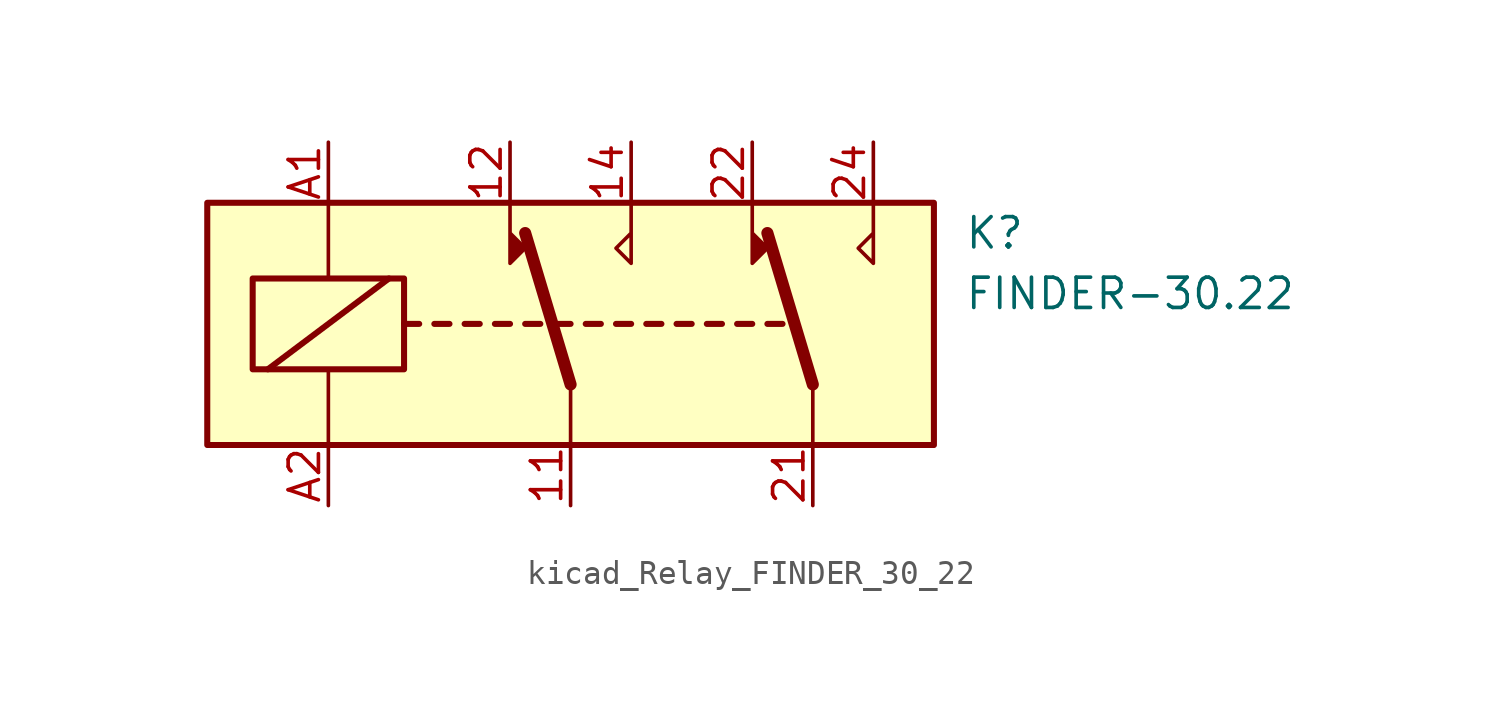
<source format=kicad_sym>
(kicad_symbol_lib
  (version 20220914)
  (generator kicad_symbol_editor)
  (symbol "kicad_Relay_FINDER_30_22"
    (property "Reference" "K"
      (at 16.51 3.81 0)
      (effects (font (size 1.27 1.27)) (justify left)))
    (property "Value" "FINDER-30.22"
      (at 16.51 1.27 0)
      (effects (font (size 1.27 1.27)) (justify left)))
    (symbol "kicad_Relay_FINDER_30_22_0_0"
      (polyline (pts (xy -2.54 5.08) (xy -2.54 2.54) (xy -1.905 3.175) (xy -2.54 3.81)) (stroke (width 0) (type default)) (fill (type outline)))
      (polyline (pts (xy 2.54 5.08) (xy 2.54 2.54) (xy 1.905 3.175) (xy 2.54 3.81)) (stroke (width 0) (type default)) (fill (type none)))
      (polyline (pts (xy 7.62 5.08) (xy 7.62 2.54) (xy 8.255 3.175) (xy 7.62 3.81)) (stroke (width 0) (type default)) (fill (type outline)))
      (polyline (pts (xy 12.7 5.08) (xy 12.7 2.54) (xy 12.065 3.175) (xy 12.7 3.81)) (stroke (width 0) (type default)) (fill (type none))))
    (symbol "kicad_Relay_FINDER_30_22_0_1"
      (rectangle (start -15.24 5.08) (end 15.24 -5.08) (stroke (width 0.254) (type default)) (fill (type background)))
      (rectangle (start -13.335 1.905) (end -6.985 -1.905) (stroke (width 0.254) (type default)) (fill (type none)))
      (polyline (pts (xy -12.7 -1.905) (xy -7.62 1.905)) (stroke (width 0.254) (type default)) (fill (type none)))
      (polyline (pts (xy -10.16 -5.08) (xy -10.16 -1.905)) (stroke (width 0) (type default)) (fill (type none)))
      (polyline (pts (xy -10.16 5.08) (xy -10.16 1.905)) (stroke (width 0) (type default)) (fill (type none)))
      (polyline (pts (xy -6.985 0) (xy -6.35 0)) (stroke (width 0.254) (type default)) (fill (type none)))
      (polyline (pts (xy -5.715 0) (xy -5.08 0)) (stroke (width 0.254) (type default)) (fill (type none)))
      (polyline (pts (xy -4.445 0) (xy -3.81 0)) (stroke (width 0.254) (type default)) (fill (type none)))
      (polyline (pts (xy -3.175 0) (xy -2.54 0)) (stroke (width 0.254) (type default)) (fill (type none)))
      (polyline (pts (xy -1.905 0) (xy -1.27 0)) (stroke (width 0.254) (type default)) (fill (type none)))
      (polyline (pts (xy -0.635 0) (xy 0 0)) (stroke (width 0.254) (type default)) (fill (type none)))
      (polyline (pts (xy 0 -2.54) (xy -1.905 3.81)) (stroke (width 0.508) (type default)) (fill (type none)))
      (polyline (pts (xy 0 -2.54) (xy 0 -5.08)) (stroke (width 0) (type default)) (fill (type none)))
      (polyline (pts (xy 0.635 0) (xy 1.27 0)) (stroke (width 0.254) (type default)) (fill (type none)))
      (polyline (pts (xy 1.905 0) (xy 2.54 0)) (stroke (width 0.254) (type default)) (fill (type none)))
      (polyline (pts (xy 3.175 0) (xy 3.81 0)) (stroke (width 0.254) (type default)) (fill (type none)))
      (polyline (pts (xy 4.445 0) (xy 5.08 0)) (stroke (width 0.254) (type default)) (fill (type none)))
      (polyline (pts (xy 5.715 0) (xy 6.35 0)) (stroke (width 0.254) (type default)) (fill (type none)))
      (polyline (pts (xy 6.985 0) (xy 7.62 0)) (stroke (width 0.254) (type default)) (fill (type none)))
      (polyline (pts (xy 8.255 0) (xy 8.89 0)) (stroke (width 0.254) (type default)) (fill (type none)))
      (polyline (pts (xy 10.16 -2.54) (xy 8.255 3.81)) (stroke (width 0.508) (type default)) (fill (type none)))
      (polyline (pts (xy 10.16 -2.54) (xy 10.16 -5.08)) (stroke (width 0) (type default)) (fill (type none))))
    (symbol "kicad_Relay_FINDER_30_22_1_1"
      (pin passive line (at 0 -7.62 90) (length 2.54) (name "~" (effects (font (size 1.27 1.27)))) (number "11" (effects (font (size 1.27 1.27)))))
      (pin passive line (at -2.54 7.62 270) (length 2.54) (name "~" (effects (font (size 1.27 1.27)))) (number "12" (effects (font (size 1.27 1.27)))))
      (pin passive line (at 2.54 7.62 270) (length 2.54) (name "~" (effects (font (size 1.27 1.27)))) (number "14" (effects (font (size 1.27 1.27)))))
      (pin passive line (at 10.16 -7.62 90) (length 2.54) (name "~" (effects (font (size 1.27 1.27)))) (number "21" (effects (font (size 1.27 1.27)))))
      (pin passive line (at 7.62 7.62 270) (length 2.54) (name "~" (effects (font (size 1.27 1.27)))) (number "22" (effects (font (size 1.27 1.27)))))
      (pin passive line (at 12.7 7.62 270) (length 2.54) (name "~" (effects (font (size 1.27 1.27)))) (number "24" (effects (font (size 1.27 1.27)))))
      (pin passive line (at -10.16 7.62 270) (length 2.54) (name "~" (effects (font (size 1.27 1.27)))) (number "A1" (effects (font (size 1.27 1.27)))))
      (pin passive line (at -10.16 -7.62 90) (length 2.54) (name "~" (effects (font (size 1.27 1.27)))) (number "A2" (effects (font (size 1.27 1.27))))))))
</source>
